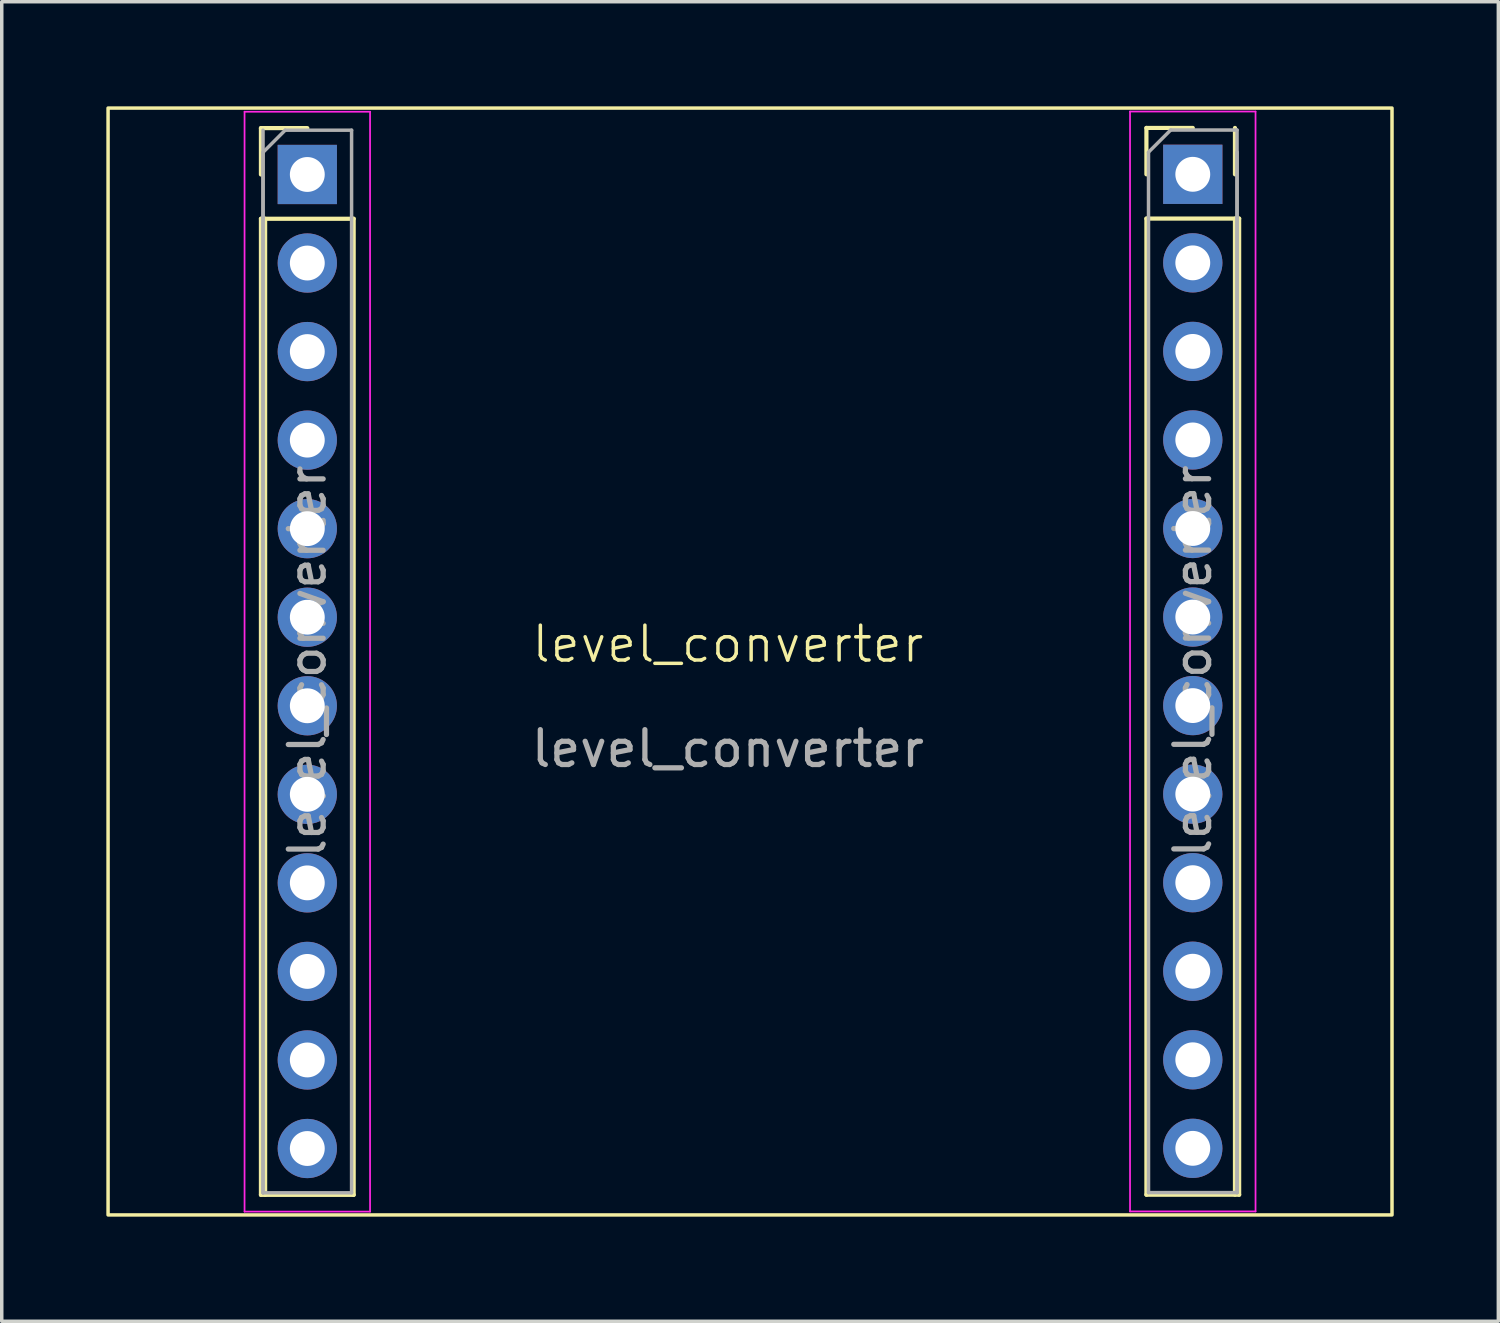
<source format=kicad_pcb>
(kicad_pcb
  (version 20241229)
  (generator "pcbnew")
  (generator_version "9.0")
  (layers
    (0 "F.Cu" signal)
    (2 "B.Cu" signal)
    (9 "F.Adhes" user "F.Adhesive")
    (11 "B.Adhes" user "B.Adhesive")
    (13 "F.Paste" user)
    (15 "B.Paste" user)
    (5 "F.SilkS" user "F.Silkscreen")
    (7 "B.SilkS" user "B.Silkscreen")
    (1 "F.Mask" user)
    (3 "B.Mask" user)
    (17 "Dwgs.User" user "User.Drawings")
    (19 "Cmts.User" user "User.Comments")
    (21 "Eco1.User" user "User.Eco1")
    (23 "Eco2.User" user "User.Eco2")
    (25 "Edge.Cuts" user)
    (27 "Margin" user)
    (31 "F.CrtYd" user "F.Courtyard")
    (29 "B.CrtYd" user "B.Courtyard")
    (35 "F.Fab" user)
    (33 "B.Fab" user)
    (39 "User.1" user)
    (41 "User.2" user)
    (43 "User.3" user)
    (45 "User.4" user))
  (footprint "level_converter"
    (layer "F.Cu")
    (at 17.83 15.925)
    (property "Reference" "level_converter" (at 0 -0.5 0) (unlocked yes) (layer "F.SilkS") (effects (font (size 1 1) (thickness 0.1))))
    (attr through_hole)
    (fp_line (start -13.395 -15.3) (end -12.065 -15.3) (stroke (width 0.12) (type solid)) (layer "F.SilkS"))
    (fp_line (start -13.395 -13.97) (end -13.395 -15.3) (stroke (width 0.12) (type solid)) (layer "F.SilkS"))
    (fp_line (start -13.395 -12.7) (end -13.395 15.3) (stroke (width 0.12) (type solid)) (layer "F.SilkS"))
    (fp_line (start -13.395 -12.7) (end -10.735 -12.7) (stroke (width 0.12) (type solid)) (layer "F.SilkS"))
    (fp_line (start -13.395 15.3) (end -10.735 15.3) (stroke (width 0.12) (type solid)) (layer "F.SilkS"))
    (fp_line (start -13.275 -12.7) (end -13.275 15.3) (stroke (width 0.12) (type solid)) (layer "F.SilkS"))
    (fp_line (start -10.735 -12.7) (end -10.735 15.3) (stroke (width 0.12) (type solid)) (layer "F.SilkS"))
    (fp_line (start 12.005 -15.305) (end 13.335 -15.305) (stroke (width 0.12) (type solid)) (layer "F.SilkS"))
    (fp_line (start 12.005 -13.975) (end 12.005 -15.305) (stroke (width 0.12) (type solid)) (layer "F.SilkS"))
    (fp_line (start 12.005 -12.705) (end 12.005 15.295) (stroke (width 0.12) (type solid)) (layer "F.SilkS"))
    (fp_line (start 12.005 -12.705) (end 14.665 -12.705) (stroke (width 0.12) (type solid)) (layer "F.SilkS"))
    (fp_line (start 12.005 15.295) (end 14.665 15.295) (stroke (width 0.12) (type solid)) (layer "F.SilkS"))
    (fp_line (start 14.545 -13.975) (end 14.545 -15.305) (stroke (width 0.12) (type solid)) (layer "F.SilkS"))
    (fp_line (start 14.545 -12.705) (end 14.545 15.295) (stroke (width 0.12) (type solid)) (layer "F.SilkS"))
    (fp_line (start 14.665 -12.705) (end 14.665 15.295) (stroke (width 0.12) (type solid)) (layer "F.SilkS"))
    (fp_rect (start -17.78 -15.875) (end 19.05 15.875) (stroke (width 0.1) (type default)) (fill no) (layer "F.SilkS"))
    (fp_line (start -13.865 -15.77) (end -13.865 15.78) (stroke (width 0.05) (type solid)) (layer "F.CrtYd"))
    (fp_line (start -13.865 15.78) (end -10.265 15.78) (stroke (width 0.05) (type solid)) (layer "F.CrtYd"))
    (fp_line (start -10.265 -15.77) (end -13.865 -15.77) (stroke (width 0.05) (type solid)) (layer "F.CrtYd"))
    (fp_line (start -10.265 15.78) (end -10.265 -15.77) (stroke (width 0.05) (type solid)) (layer "F.CrtYd"))
    (fp_line (start 11.535 -15.775) (end 11.535 15.775) (stroke (width 0.05) (type solid)) (layer "F.CrtYd"))
    (fp_line (start 11.535 15.775) (end 15.135 15.775) (stroke (width 0.05) (type solid)) (layer "F.CrtYd"))
    (fp_line (start 15.135 -15.775) (end 11.535 -15.775) (stroke (width 0.05) (type solid)) (layer "F.CrtYd"))
    (fp_line (start 15.135 15.775) (end 15.135 -15.775) (stroke (width 0.05) (type solid)) (layer "F.CrtYd"))
    (fp_line (start -13.335 -15.24) (end -13.335 15.24) (stroke (width 0.1) (type solid)) (layer "F.Fab"))
    (fp_line (start -13.335 -14.605) (end -12.7 -15.24) (stroke (width 0.1) (type solid)) (layer "F.Fab"))
    (fp_line (start -13.335 15.24) (end -13.335 -14.605) (stroke (width 0.1) (type solid)) (layer "F.Fab"))
    (fp_line (start -12.7 -15.24) (end -10.795 -15.24) (stroke (width 0.1) (type solid)) (layer "F.Fab"))
    (fp_line (start -10.795 -15.24) (end -10.795 15.24) (stroke (width 0.1) (type solid)) (layer "F.Fab"))
    (fp_line (start -10.795 15.24) (end -13.335 15.24) (stroke (width 0.1) (type solid)) (layer "F.Fab"))
    (fp_line (start 12.065 -14.61) (end 12.7 -15.245) (stroke (width 0.1) (type solid)) (layer "F.Fab"))
    (fp_line (start 12.065 15.235) (end 12.065 -14.61) (stroke (width 0.1) (type solid)) (layer "F.Fab"))
    (fp_line (start 12.7 -15.245) (end 14.605 -15.245) (stroke (width 0.1) (type solid)) (layer "F.Fab"))
    (fp_line (start 14.605 -15.245) (end 14.605 15.235) (stroke (width 0.1) (type solid)) (layer "F.Fab"))
    (fp_line (start 14.605 15.235) (end 12.065 15.235) (stroke (width 0.1) (type solid)) (layer "F.Fab"))
    (fp_line (start 14.605 15.235) (end 14.605 -14.61) (stroke (width 0.1) (type solid)) (layer "F.Fab"))
    (fp_text user "${REFERENCE}" (at 0 2.5 0) (unlocked yes) (layer "F.Fab") (effects (font (size 1 1) (thickness 0.15))))
    (fp_text user "${REFERENCE}" (at 13.335 -0.005 90) (layer "F.Fab") (effects (font (size 1 1) (thickness 0.15))))
    (fp_text user "${REFERENCE}" (at -12.065 0 90) (layer "F.Fab") (effects (font (size 1 1) (thickness 0.15))))
    (pad "1" thru_hole rect (at -12.065 -13.97) (size 1.7 1.7) (drill 1) (layers "*.Cu" "*.Mask"))
    (pad "2" thru_hole oval (at -12.065 -11.43) (size 1.7 1.7) (drill 1) (layers "*.Cu" "*.Mask"))
    (pad "3" thru_hole oval (at -12.065 -8.89) (size 1.7 1.7) (drill 1) (layers "*.Cu" "*.Mask"))
    (pad "4" thru_hole oval (at -12.065 -6.35) (size 1.7 1.7) (drill 1) (layers "*.Cu" "*.Mask"))
    (pad "5" thru_hole oval (at -12.065 -3.81) (size 1.7 1.7) (drill 1) (layers "*.Cu" "*.Mask"))
    (pad "6" thru_hole oval (at -12.065 -1.27) (size 1.7 1.7) (drill 1) (layers "*.Cu" "*.Mask"))
    (pad "7" thru_hole oval (at -12.065 1.27) (size 1.7 1.7) (drill 1) (layers "*.Cu" "*.Mask"))
    (pad "8" thru_hole oval (at -12.065 3.81) (size 1.7 1.7) (drill 1) (layers "*.Cu" "*.Mask"))
    (pad "9" thru_hole oval (at -12.065 6.35) (size 1.7 1.7) (drill 1) (layers "*.Cu" "*.Mask"))
    (pad "10" thru_hole oval (at -12.065 8.89) (size 1.7 1.7) (drill 1) (layers "*.Cu" "*.Mask"))
    (pad "11" thru_hole oval (at -12.065 11.43) (size 1.7 1.7) (drill 1) (layers "*.Cu" "*.Mask"))
    (pad "12" thru_hole oval (at -12.065 13.97) (size 1.7 1.7) (drill 1) (layers "*.Cu" "*.Mask"))
    (pad "13" thru_hole oval (at 13.335 13.965) (size 1.7 1.7) (drill 1) (layers "*.Cu" "*.Mask"))
    (pad "14" thru_hole oval (at 13.335 11.425) (size 1.7 1.7) (drill 1) (layers "*.Cu" "*.Mask"))
    (pad "15" thru_hole oval (at 13.335 8.885) (size 1.7 1.7) (drill 1) (layers "*.Cu" "*.Mask"))
    (pad "16" thru_hole oval (at 13.335 6.345) (size 1.7 1.7) (drill 1) (layers "*.Cu" "*.Mask"))
    (pad "17" thru_hole oval (at 13.335 3.805) (size 1.7 1.7) (drill 1) (layers "*.Cu" "*.Mask"))
    (pad "18" thru_hole oval (at 13.335 1.265) (size 1.7 1.7) (drill 1) (layers "*.Cu" "*.Mask"))
    (pad "19" thru_hole oval (at 13.335 -1.275) (size 1.7 1.7) (drill 1) (layers "*.Cu" "*.Mask"))
    (pad "20" thru_hole oval (at 13.335 -3.815) (size 1.7 1.7) (drill 1) (layers "*.Cu" "*.Mask"))
    (pad "21" thru_hole oval (at 13.335 -6.355) (size 1.7 1.7) (drill 1) (layers "*.Cu" "*.Mask"))
    (pad "22" thru_hole oval (at 13.335 -8.895) (size 1.7 1.7) (drill 1) (layers "*.Cu" "*.Mask"))
    (pad "23" thru_hole oval (at 13.335 -11.435) (size 1.7 1.7) (drill 1) (layers "*.Cu" "*.Mask"))
    (pad "24" thru_hole rect (at 13.335 -13.975) (size 1.7 1.7) (drill 1) (layers "*.Cu" "*.Mask")))
  (gr_rect
    (start -3 -3)
    (end 39.93 34.85)
    (stroke (width 0.1) (type default))
    (fill no)
    (layer "Edge.Cuts")))
</source>
